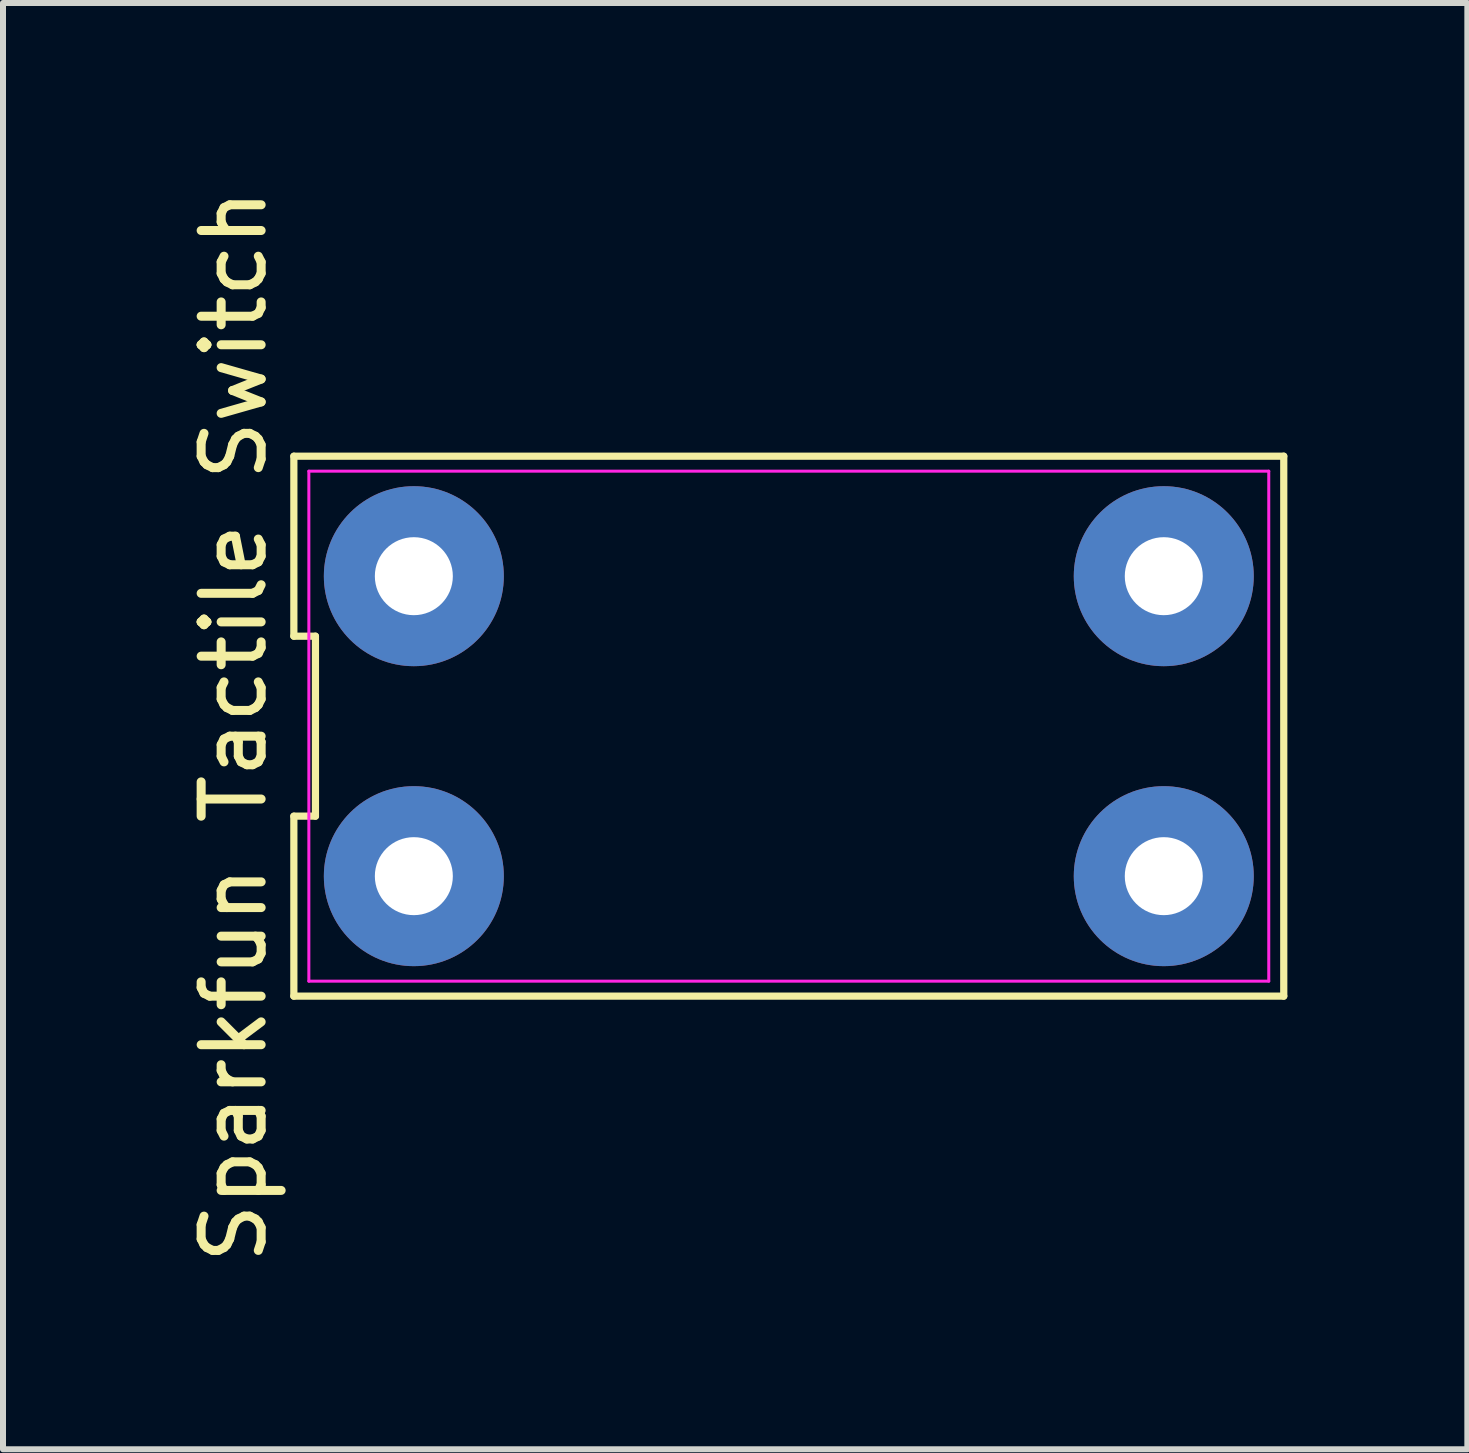
<source format=kicad_pcb>
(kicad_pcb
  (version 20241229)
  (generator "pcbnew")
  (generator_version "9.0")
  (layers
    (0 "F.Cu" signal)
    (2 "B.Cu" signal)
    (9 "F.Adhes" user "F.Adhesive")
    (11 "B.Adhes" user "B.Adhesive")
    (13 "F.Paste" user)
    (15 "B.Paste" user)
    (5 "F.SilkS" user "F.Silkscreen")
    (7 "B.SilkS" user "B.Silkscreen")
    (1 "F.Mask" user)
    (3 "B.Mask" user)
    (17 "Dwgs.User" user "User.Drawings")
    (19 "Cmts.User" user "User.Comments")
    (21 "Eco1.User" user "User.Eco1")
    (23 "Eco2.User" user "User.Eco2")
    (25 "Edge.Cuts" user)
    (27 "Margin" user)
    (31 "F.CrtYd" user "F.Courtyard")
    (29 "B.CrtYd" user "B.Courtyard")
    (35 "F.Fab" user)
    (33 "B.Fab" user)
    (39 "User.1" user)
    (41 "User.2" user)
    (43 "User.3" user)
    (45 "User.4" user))
  (footprint "Sparkfun Tactile Switch"
    (layer "F.Cu")
    (at 10.098 9.054)
    (property "Reference" "Sparkfun Tactile Switch" (at -9.25 0 90) (layer "F.SilkS") (effects (font (size 1 1) (thickness 0.15))))
    (attr through_hole)
    (fp_line (start -8.25 -4.5) (end -8.25 -1.5) (stroke (width 0.12) (type solid)) (layer "F.SilkS"))
    (fp_line (start -8.25 -1.5) (end -7.89 -1.5) (stroke (width 0.12) (type solid)) (layer "F.SilkS"))
    (fp_line (start -8.25 1.5) (end -8.25 4.5) (stroke (width 0.12) (type solid)) (layer "F.SilkS"))
    (fp_line (start -8.25 4.5) (end 8.25 4.5) (stroke (width 0.12) (type solid)) (layer "F.SilkS"))
    (fp_line (start -7.89 -1.5) (end -7.89 1.5) (stroke (width 0.12) (type solid)) (layer "F.SilkS"))
    (fp_line (start -7.89 1.5) (end -8.25 1.5) (stroke (width 0.12) (type solid)) (layer "F.SilkS"))
    (fp_line (start 8.25 -4.5) (end -8.25 -4.5) (stroke (width 0.12) (type solid)) (layer "F.SilkS"))
    (fp_line (start 8.25 4.5) (end 8.25 -4.5) (stroke (width 0.12) (type solid)) (layer "F.SilkS"))
    (fp_line (start -8 -4.25) (end 8 -4.25) (stroke (width 0.05) (type solid)) (layer "F.CrtYd"))
    (fp_line (start -8 4.25) (end -8 -4.25) (stroke (width 0.05) (type solid)) (layer "F.CrtYd"))
    (fp_line (start 8 -4.25) (end 8 4.25) (stroke (width 0.05) (type solid)) (layer "F.CrtYd"))
    (fp_line (start 8 4.25) (end -8 4.25) (stroke (width 0.05) (type solid)) (layer "F.CrtYd"))
    (pad "1" thru_hole circle (at -6.25 2.5) (size 3 3) (drill 1.3) (layers "*.Cu" "*.Mask"))
    (pad "2" thru_hole circle (at 6.25 2.5) (size 3 3) (drill 1.3) (layers "*.Cu" "*.Mask"))
    (pad "3" thru_hole circle (at 6.25 -2.5) (size 3 3) (drill 1.3) (layers "*.Cu" "*.Mask"))
    (pad "4" thru_hole circle (at -6.25 -2.5) (size 3 3) (drill 1.3) (layers "*.Cu" "*.Mask")))
  (gr_rect
    (start -3 -3)
    (end 21.408 21.107)
    (stroke (width 0.1) (type default))
    (fill no)
    (layer "Edge.Cuts")))
</source>
